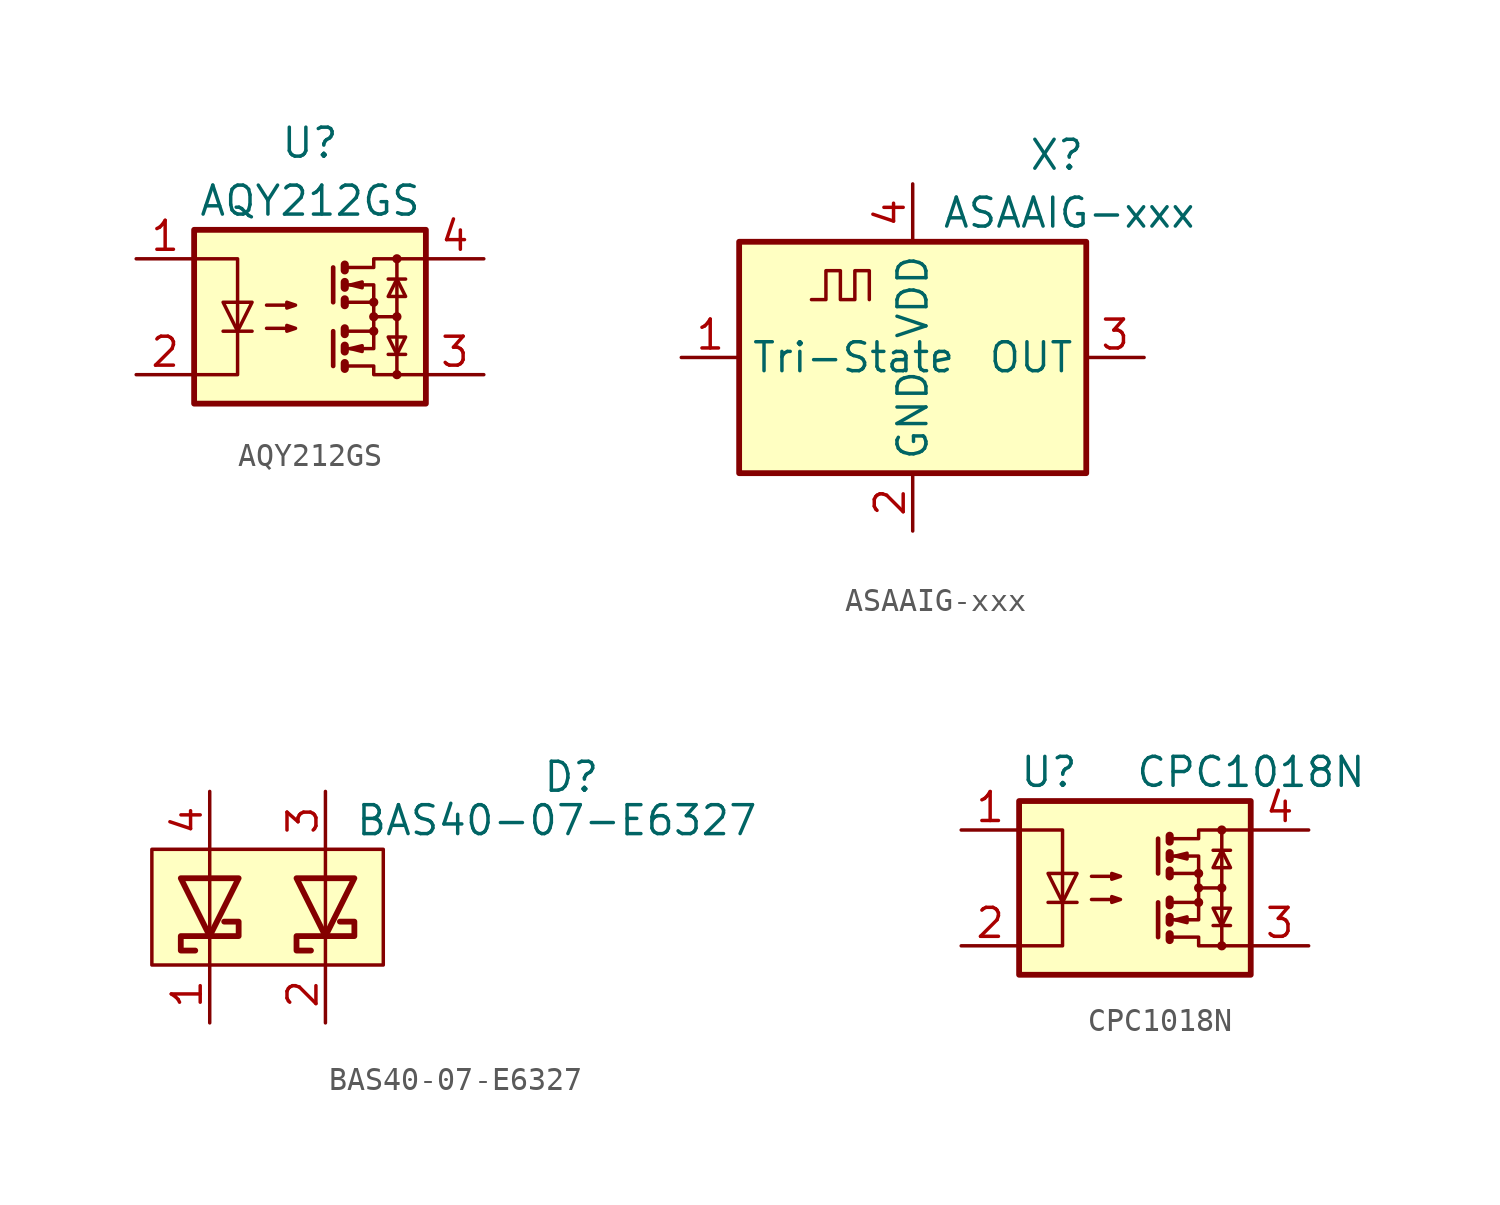
<source format=kicad_sym>
(kicad_symbol_lib
  (version 20220914)
  (generator kicad_symbol_editor)
  (symbol "AQY212GS"
    (pin_names
      (offset 1.016))
    (property "Reference" "U"
      (at 0 7.62 0)
      (effects (font (size 1.27 1.27))))
    (property "Value" "AQY212GS"
      (at 0 5.08 0)
      (effects (font (size 1.27 1.27))))
    (symbol "AQY212GS_1_1"
      (rectangle (start -5.08 3.81) (end 5.08 -3.81) (stroke (width 0.254) (type default)) (fill (type background)))
      (polyline (pts (xy -3.81 -0.635) (xy -2.54 -0.635)) (stroke (width 0) (type default)) (fill (type none)))
      (polyline (pts (xy 1.016 -0.635) (xy 1.016 -2.159)) (stroke (width 0.203) (type default)) (fill (type none)))
      (polyline (pts (xy 1.016 2.159) (xy 1.016 0.635)) (stroke (width 0.203) (type default)) (fill (type none)))
      (polyline (pts (xy 1.524 -0.508) (xy 1.524 -0.762)) (stroke (width 0.356) (type default)) (fill (type none)))
      (polyline (pts (xy 2.794 0) (xy 3.81 0)) (stroke (width 0) (type default)) (fill (type none)))
      (polyline (pts (xy 3.429 -1.651) (xy 4.191 -1.651)) (stroke (width 0) (type default)) (fill (type none)))
      (polyline (pts (xy 3.429 1.651) (xy 4.191 1.651)) (stroke (width 0) (type default)) (fill (type none)))
      (polyline (pts (xy 3.81 -2.54) (xy 3.81 2.54)) (stroke (width 0) (type default)) (fill (type none)))
      (polyline (pts (xy 1.524 -2.032) (xy 1.524 -2.286) (xy 1.524 -2.286)) (stroke (width 0.356) (type default)) (fill (type none)))
      (polyline (pts (xy 1.524 -1.27) (xy 1.524 -1.524) (xy 1.524 -1.524)) (stroke (width 0.356) (type default)) (fill (type none)))
      (polyline (pts (xy 1.524 0.762) (xy 1.524 0.508) (xy 1.524 0.508)) (stroke (width 0.356) (type default)) (fill (type none)))
      (polyline (pts (xy 1.524 1.524) (xy 1.524 1.27) (xy 1.524 1.27)) (stroke (width 0.356) (type default)) (fill (type none)))
      (polyline (pts (xy 1.524 2.286) (xy 1.524 2.032) (xy 1.524 2.032)) (stroke (width 0.356) (type default)) (fill (type none)))
      (polyline (pts (xy 1.651 -1.397) (xy 2.794 -1.397) (xy 2.794 -0.635)) (stroke (width 0) (type default)) (fill (type none)))
      (polyline (pts (xy 1.651 1.397) (xy 2.794 1.397) (xy 2.794 0.635)) (stroke (width 0) (type default)) (fill (type none)))
      (polyline (pts (xy -5.08 2.54) (xy -3.175 2.54) (xy -3.175 -2.54) (xy -5.08 -2.54)) (stroke (width 0) (type default)) (fill (type none)))
      (polyline (pts (xy -3.175 -0.635) (xy -3.81 0.635) (xy -2.54 0.635) (xy -3.175 -0.635)) (stroke (width 0) (type default)) (fill (type none)))
      (polyline (pts (xy 1.651 -2.159) (xy 2.794 -2.159) (xy 2.794 -2.54) (xy 5.08 -2.54)) (stroke (width 0) (type default)) (fill (type none)))
      (polyline (pts (xy 1.651 -0.635) (xy 2.794 -0.635) (xy 2.794 0.635) (xy 1.651 0.635)) (stroke (width 0) (type default)) (fill (type none)))
      (polyline (pts (xy 1.651 2.159) (xy 2.794 2.159) (xy 2.794 2.54) (xy 5.08 2.54)) (stroke (width 0) (type default)) (fill (type none)))
      (polyline (pts (xy 1.778 -1.397) (xy 2.286 -1.27) (xy 2.286 -1.524) (xy 1.778 -1.397)) (stroke (width 0) (type default)) (fill (type none)))
      (polyline (pts (xy 1.778 1.397) (xy 2.286 1.524) (xy 2.286 1.27) (xy 1.778 1.397)) (stroke (width 0) (type default)) (fill (type none)))
      (polyline (pts (xy 3.81 -1.651) (xy 3.429 -0.889) (xy 4.191 -0.889) (xy 3.81 -1.651)) (stroke (width 0) (type default)) (fill (type none)))
      (polyline (pts (xy 3.81 1.651) (xy 3.429 0.889) (xy 4.191 0.889) (xy 3.81 1.651)) (stroke (width 0) (type default)) (fill (type none)))
      (polyline (pts (xy -1.905 -0.508) (xy -0.635 -0.508) (xy -1.016 -0.635) (xy -1.016 -0.381) (xy -0.635 -0.508)) (stroke (width 0) (type default)) (fill (type none)))
      (polyline (pts (xy -1.905 0.508) (xy -0.635 0.508) (xy -1.016 0.381) (xy -1.016 0.635) (xy -0.635 0.508)) (stroke (width 0) (type default)) (fill (type none)))
      (circle (center 2.794 -0.635) (radius 0.127) (stroke (width 0) (type default)) (fill (type none)))
      (circle (center 2.794 0) (radius 0.127) (stroke (width 0) (type default)) (fill (type none)))
      (circle (center 2.794 0.635) (radius 0.127) (stroke (width 0) (type default)) (fill (type none)))
      (circle (center 3.81 -2.54) (radius 0.127) (stroke (width 0) (type default)) (fill (type none)))
      (circle (center 3.81 0) (radius 0.127) (stroke (width 0) (type default)) (fill (type none)))
      (circle (center 3.81 2.54) (radius 0.127) (stroke (width 0) (type default)) (fill (type none)))
      (pin passive line (at -7.62 2.54 0) (length 2.54) (name "~" (effects (font (size 1.27 1.27)))) (number "1" (effects (font (size 1.27 1.27)))))
      (pin passive line (at -7.62 -2.54 0) (length 2.54) (name "~" (effects (font (size 1.27 1.27)))) (number "2" (effects (font (size 1.27 1.27)))))
      (pin passive line (at 7.62 -2.54 180) (length 2.54) (name "~" (effects (font (size 1.27 1.27)))) (number "3" (effects (font (size 1.27 1.27)))))
      (pin passive line (at 7.62 2.54 180) (length 2.54) (name "~" (effects (font (size 1.27 1.27)))) (number "4" (effects (font (size 1.27 1.27)))))))
  (symbol "ASAAIG-xxx"
    (property "Reference" "X"
      (at 5.08 8.89 0)
      (effects (font (size 1.27 1.27)) (justify left)))
    (property "Value" "ASAAIG-xxx"
      (at 1.27 6.35 0)
      (effects (font (size 1.27 1.27)) (justify left)))
    (symbol "ASAAIG-xxx_0_1"
      (rectangle (start -7.62 5.08) (end 7.62 -5.08) (stroke (width 0.254) (type default)) (fill (type background)))
      (polyline (pts (xy -4.445 2.54) (xy -3.81 2.54) (xy -3.81 3.81) (xy -3.175 3.81) (xy -3.175 2.54) (xy -2.54 2.54) (xy -2.54 3.81) (xy -1.905 3.81) (xy -1.905 2.54)) (stroke (width 0) (type default)) (fill (type none))))
    (symbol "ASAAIG-xxx_1_1"
      (pin input line (at -10.16 0 0) (length 2.54) (name "Tri-State" (effects (font (size 1.27 1.27)))) (number "1" (effects (font (size 1.27 1.27)))))
      (pin power_in line (at 0 -7.62 90) (length 2.54) (name "GND" (effects (font (size 1.27 1.27)))) (number "2" (effects (font (size 1.27 1.27)))))
      (pin output line (at 10.16 0 180) (length 2.54) (name "OUT" (effects (font (size 1.27 1.27)))) (number "3" (effects (font (size 1.27 1.27)))))
      (pin power_in line (at 0 7.62 270) (length 2.54) (name "VDD" (effects (font (size 1.27 1.27)))) (number "4" (effects (font (size 1.27 1.27)))))))
  (symbol "BAS40-07-E6327"
    (property "Reference" "D"
      (at 13.335 5.715 0)
      (effects (font (size 1.27 1.27))))
    (property "Value" "BAS40-07-E6327"
      (at 12.7 3.81 0)
      (effects (font (size 1.27 1.27))))
    (symbol "BAS40-07-E6327_0_1"
      (polyline (pts (xy -2.54 -2.54) (xy -2.54 -1.27)) (stroke (width 0) (type default)) (fill (type none)))
      (polyline (pts (xy -2.54 1.27) (xy -2.54 -1.27)) (stroke (width 0) (type default)) (fill (type none)))
      (polyline (pts (xy -2.54 1.27) (xy -2.54 2.54)) (stroke (width 0) (type default)) (fill (type none)))
      (polyline (pts (xy 2.54 -2.54) (xy 2.54 -1.27)) (stroke (width 0) (type default)) (fill (type none)))
      (polyline (pts (xy 2.54 1.27) (xy 2.54 -1.27)) (stroke (width 0) (type default)) (fill (type none)))
      (polyline (pts (xy 2.54 1.27) (xy 2.54 2.54)) (stroke (width 0) (type default)) (fill (type none)))
      (polyline (pts (xy -3.81 1.27) (xy -1.27 1.27) (xy -2.54 -1.27) (xy -3.81 1.27)) (stroke (width 0.254) (type default)) (fill (type none)))
      (polyline (pts (xy 1.27 1.27) (xy 3.81 1.27) (xy 2.54 -1.27) (xy 1.27 1.27)) (stroke (width 0.254) (type default)) (fill (type none)))
      (polyline (pts (xy -3.175 -1.905) (xy -3.81 -1.905) (xy -3.81 -1.27) (xy -1.27 -1.27) (xy -1.27 -0.635) (xy -1.905 -0.635)) (stroke (width 0.254) (type default)) (fill (type none)))
      (polyline (pts (xy 1.905 -1.905) (xy 1.27 -1.905) (xy 1.27 -1.27) (xy 3.81 -1.27) (xy 3.81 -0.635) (xy 3.175 -0.635)) (stroke (width 0.254) (type default)) (fill (type none))))
    (symbol "BAS40-07-E6327_1_1"
      (rectangle (start -5.08 2.54) (end 5.08 -2.54) (stroke (width 0) (type default)) (fill (type background)))
      (pin passive line (at -2.54 -5.08 90) (length 2.54) (name "" (effects (font (size 1.27 1.27)))) (number "1" (effects (font (size 1.27 1.27)))))
      (pin passive line (at 2.54 -5.08 90) (length 2.54) (name "" (effects (font (size 1.27 1.27)))) (number "2" (effects (font (size 1.27 1.27)))))
      (pin passive line (at 2.54 5.08 270) (length 2.54) (name "" (effects (font (size 1.27 1.27)))) (number "3" (effects (font (size 1.27 1.27)))))
      (pin passive line (at -2.54 5.08 270) (length 2.54) (name "" (effects (font (size 1.27 1.27)))) (number "4" (effects (font (size 1.27 1.27)))))))
  (symbol "CPC1018N"
    (property "Reference" "U"
      (at -5.08 5.08 0)
      (effects (font (size 1.27 1.27)) (justify left)))
    (property "Value" "CPC1018N"
      (at 0 5.08 0)
      (effects (font (size 1.27 1.27)) (justify left)))
    (symbol "CPC1018N_0_1"
      (rectangle (start -5.08 3.81) (end 5.08 -3.81) (stroke (width 0.254) (type default)) (fill (type background)))
      (polyline (pts (xy -3.81 -0.635) (xy -2.54 -0.635)) (stroke (width 0) (type default)) (fill (type none)))
      (polyline (pts (xy 1.016 -0.635) (xy 1.016 -2.159)) (stroke (width 0.203) (type default)) (fill (type none)))
      (polyline (pts (xy 1.016 2.159) (xy 1.016 0.635)) (stroke (width 0.203) (type default)) (fill (type none)))
      (polyline (pts (xy 1.524 -0.508) (xy 1.524 -0.762)) (stroke (width 0.356) (type default)) (fill (type none)))
      (polyline (pts (xy 2.794 0) (xy 3.81 0)) (stroke (width 0) (type default)) (fill (type none)))
      (polyline (pts (xy 3.429 -1.651) (xy 4.191 -1.651)) (stroke (width 0) (type default)) (fill (type none)))
      (polyline (pts (xy 3.429 1.651) (xy 4.191 1.651)) (stroke (width 0) (type default)) (fill (type none)))
      (polyline (pts (xy 3.81 -2.54) (xy 3.81 2.54)) (stroke (width 0) (type default)) (fill (type none)))
      (polyline (pts (xy 1.524 -2.032) (xy 1.524 -2.286) (xy 1.524 -2.286)) (stroke (width 0.356) (type default)) (fill (type none)))
      (polyline (pts (xy 1.524 -1.27) (xy 1.524 -1.524) (xy 1.524 -1.524)) (stroke (width 0.356) (type default)) (fill (type none)))
      (polyline (pts (xy 1.524 0.762) (xy 1.524 0.508) (xy 1.524 0.508)) (stroke (width 0.356) (type default)) (fill (type none)))
      (polyline (pts (xy 1.524 1.524) (xy 1.524 1.27) (xy 1.524 1.27)) (stroke (width 0.356) (type default)) (fill (type none)))
      (polyline (pts (xy 1.524 2.286) (xy 1.524 2.032) (xy 1.524 2.032)) (stroke (width 0.356) (type default)) (fill (type none)))
      (polyline (pts (xy 1.651 -1.397) (xy 2.794 -1.397) (xy 2.794 -0.635)) (stroke (width 0) (type default)) (fill (type none)))
      (polyline (pts (xy 1.651 1.397) (xy 2.794 1.397) (xy 2.794 0.635)) (stroke (width 0) (type default)) (fill (type none)))
      (polyline (pts (xy -5.08 2.54) (xy -3.175 2.54) (xy -3.175 -2.54) (xy -5.08 -2.54)) (stroke (width 0) (type default)) (fill (type none)))
      (polyline (pts (xy -3.175 -0.635) (xy -3.81 0.635) (xy -2.54 0.635) (xy -3.175 -0.635)) (stroke (width 0) (type default)) (fill (type none)))
      (polyline (pts (xy 1.651 -2.159) (xy 2.794 -2.159) (xy 2.794 -2.54) (xy 5.08 -2.54)) (stroke (width 0) (type default)) (fill (type none)))
      (polyline (pts (xy 1.651 -0.635) (xy 2.794 -0.635) (xy 2.794 0.635) (xy 1.651 0.635)) (stroke (width 0) (type default)) (fill (type none)))
      (polyline (pts (xy 1.651 2.159) (xy 2.794 2.159) (xy 2.794 2.54) (xy 5.08 2.54)) (stroke (width 0) (type default)) (fill (type none)))
      (polyline (pts (xy 1.778 -1.397) (xy 2.286 -1.27) (xy 2.286 -1.524) (xy 1.778 -1.397)) (stroke (width 0) (type default)) (fill (type none)))
      (polyline (pts (xy 1.778 1.397) (xy 2.286 1.524) (xy 2.286 1.27) (xy 1.778 1.397)) (stroke (width 0) (type default)) (fill (type none)))
      (polyline (pts (xy 3.81 -1.651) (xy 3.429 -0.889) (xy 4.191 -0.889) (xy 3.81 -1.651)) (stroke (width 0) (type default)) (fill (type none)))
      (polyline (pts (xy 3.81 1.651) (xy 3.429 0.889) (xy 4.191 0.889) (xy 3.81 1.651)) (stroke (width 0) (type default)) (fill (type none)))
      (polyline (pts (xy -1.905 -0.508) (xy -0.635 -0.508) (xy -1.016 -0.635) (xy -1.016 -0.381) (xy -0.635 -0.508)) (stroke (width 0) (type default)) (fill (type none)))
      (polyline (pts (xy -1.905 0.508) (xy -0.635 0.508) (xy -1.016 0.381) (xy -1.016 0.635) (xy -0.635 0.508)) (stroke (width 0) (type default)) (fill (type none)))
      (circle (center 2.794 -0.635) (radius 0.127) (stroke (width 0) (type default)) (fill (type none)))
      (circle (center 2.794 0) (radius 0.127) (stroke (width 0) (type default)) (fill (type none)))
      (circle (center 2.794 0.635) (radius 0.127) (stroke (width 0) (type default)) (fill (type none)))
      (circle (center 3.81 -2.54) (radius 0.127) (stroke (width 0) (type default)) (fill (type none)))
      (circle (center 3.81 0) (radius 0.127) (stroke (width 0) (type default)) (fill (type none)))
      (circle (center 3.81 2.54) (radius 0.127) (stroke (width 0) (type default)) (fill (type none))))
    (symbol "CPC1018N_1_1"
      (pin passive line (at -7.62 2.54 0) (length 2.54) (name "~" (effects (font (size 1.27 1.27)))) (number "1" (effects (font (size 1.27 1.27)))))
      (pin passive line (at -7.62 -2.54 0) (length 2.54) (name "~" (effects (font (size 1.27 1.27)))) (number "2" (effects (font (size 1.27 1.27)))))
      (pin passive line (at 7.62 -2.54 180) (length 2.54) (name "~" (effects (font (size 1.27 1.27)))) (number "3" (effects (font (size 1.27 1.27)))))
      (pin passive line (at 7.62 2.54 180) (length 2.54) (name "~" (effects (font (size 1.27 1.27)))) (number "4" (effects (font (size 1.27 1.27))))))))
</source>
